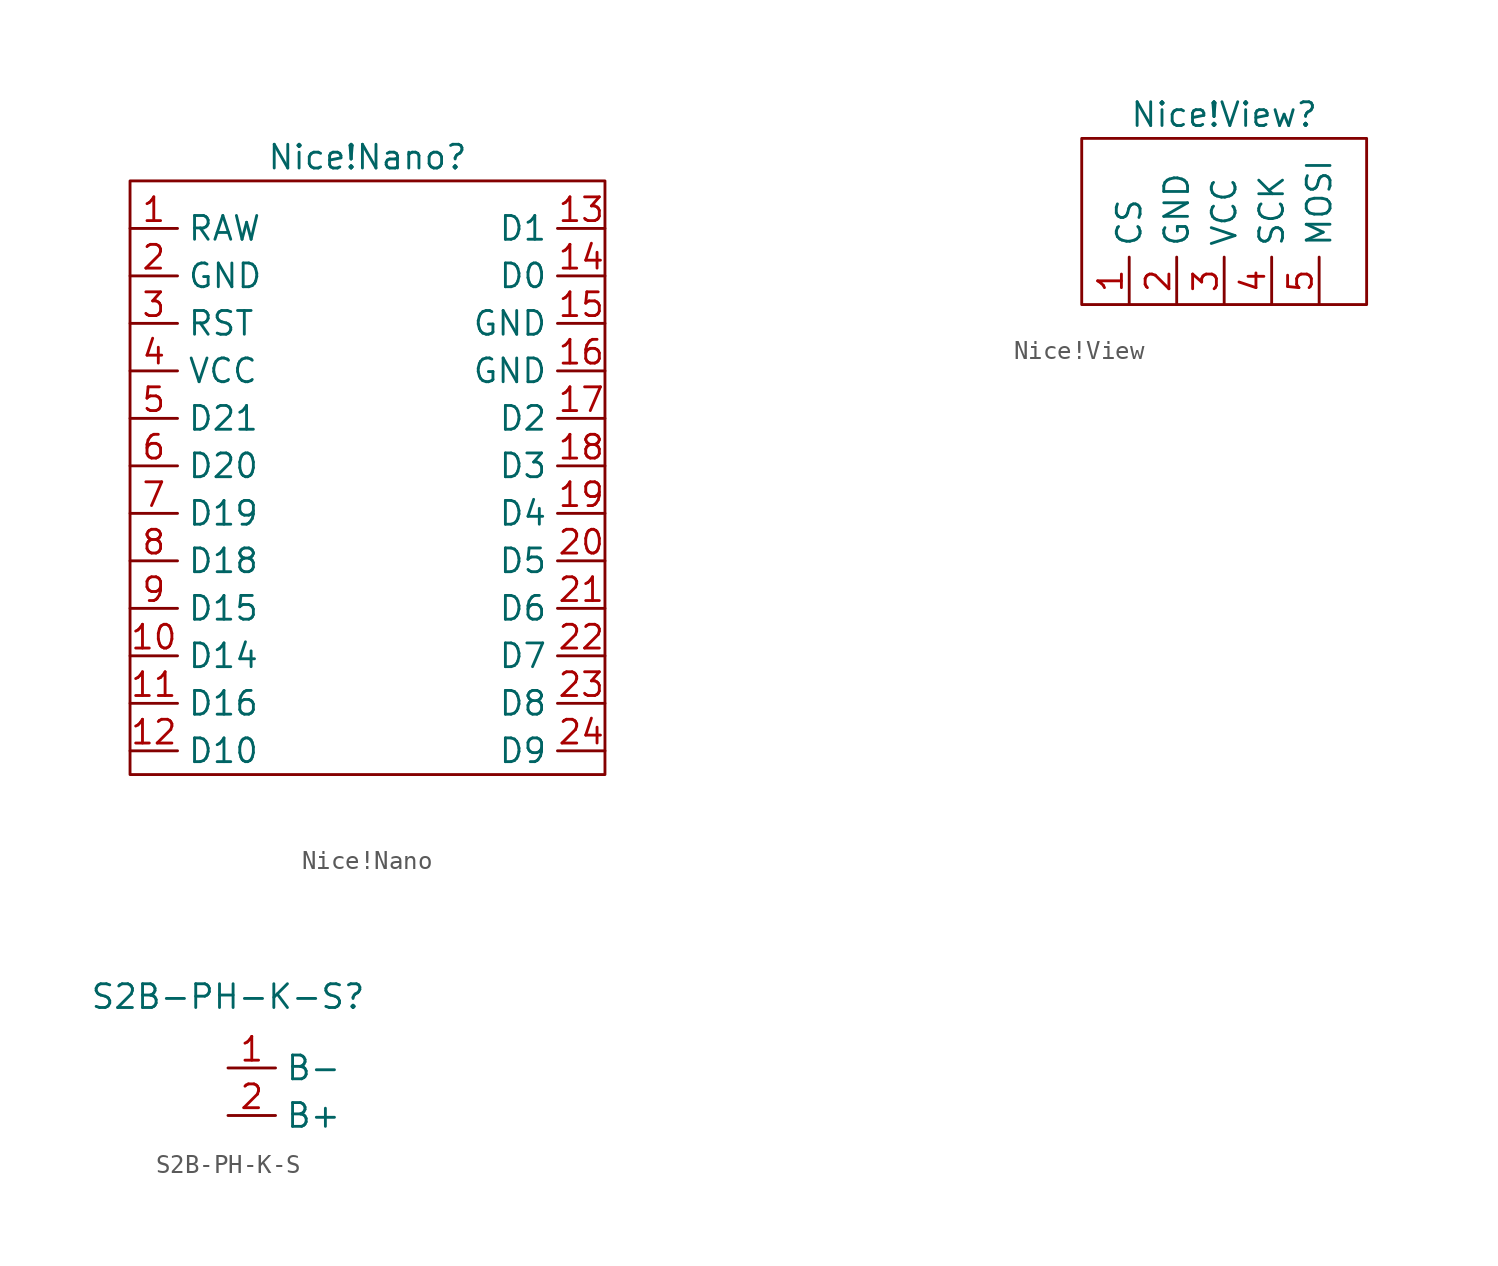
<source format=kicad_sym>
(kicad_symbol_lib
  (version 20220914)
  (generator kicad_symbol_editor)
  (symbol "Nice!Nano"
    (property "Reference" "Nice!Nano"
      (at 12.7 33.02 0)
      (effects (font (size 1.27 1.27))))
    (property "Value" ""
      (at 0 0 0)
      (effects (font (size 1.27 1.27))))
    (symbol "Nice!Nano_0_1"
      (rectangle (start 0 31.75) (end 25.4 0) (stroke (width 0) (type default)) (fill (type none))))
    (symbol "Nice!Nano_1_1"
      (pin bidirectional line (at 0 29.21 0) (length 2.54) (name "RAW" (effects (font (size 1.27 1.27)))) (number "1" (effects (font (size 1.27 1.27)))))
      (pin bidirectional line (at 0 6.35 0) (length 2.54) (name "D14" (effects (font (size 1.27 1.27)))) (number "10" (effects (font (size 1.27 1.27)))))
      (pin bidirectional line (at 0 3.81 0) (length 2.54) (name "D16" (effects (font (size 1.27 1.27)))) (number "11" (effects (font (size 1.27 1.27)))))
      (pin bidirectional line (at 0 1.27 0) (length 2.54) (name "D10" (effects (font (size 1.27 1.27)))) (number "12" (effects (font (size 1.27 1.27)))))
      (pin bidirectional line (at 25.4 29.21 180) (length 2.54) (name "D1" (effects (font (size 1.27 1.27)))) (number "13" (effects (font (size 1.27 1.27)))))
      (pin bidirectional line (at 25.4 26.67 180) (length 2.54) (name "D0" (effects (font (size 1.27 1.27)))) (number "14" (effects (font (size 1.27 1.27)))))
      (pin bidirectional line (at 25.4 24.13 180) (length 2.54) (name "GND" (effects (font (size 1.27 1.27)))) (number "15" (effects (font (size 1.27 1.27)))))
      (pin bidirectional line (at 25.4 21.59 180) (length 2.54) (name "GND" (effects (font (size 1.27 1.27)))) (number "16" (effects (font (size 1.27 1.27)))))
      (pin bidirectional line (at 25.4 19.05 180) (length 2.54) (name "D2" (effects (font (size 1.27 1.27)))) (number "17" (effects (font (size 1.27 1.27)))))
      (pin bidirectional line (at 25.4 16.51 180) (length 2.54) (name "D3" (effects (font (size 1.27 1.27)))) (number "18" (effects (font (size 1.27 1.27)))))
      (pin bidirectional line (at 25.4 13.97 180) (length 2.54) (name "D4" (effects (font (size 1.27 1.27)))) (number "19" (effects (font (size 1.27 1.27)))))
      (pin bidirectional line (at 0 26.67 0) (length 2.54) (name "GND" (effects (font (size 1.27 1.27)))) (number "2" (effects (font (size 1.27 1.27)))))
      (pin bidirectional line (at 25.4 11.43 180) (length 2.54) (name "D5" (effects (font (size 1.27 1.27)))) (number "20" (effects (font (size 1.27 1.27)))))
      (pin bidirectional line (at 25.4 8.89 180) (length 2.54) (name "D6" (effects (font (size 1.27 1.27)))) (number "21" (effects (font (size 1.27 1.27)))))
      (pin bidirectional line (at 25.4 6.35 180) (length 2.54) (name "D7" (effects (font (size 1.27 1.27)))) (number "22" (effects (font (size 1.27 1.27)))))
      (pin bidirectional line (at 25.4 3.81 180) (length 2.54) (name "D8" (effects (font (size 1.27 1.27)))) (number "23" (effects (font (size 1.27 1.27)))))
      (pin bidirectional line (at 25.4 1.27 180) (length 2.54) (name "D9" (effects (font (size 1.27 1.27)))) (number "24" (effects (font (size 1.27 1.27)))))
      (pin bidirectional line (at 0 24.13 0) (length 2.54) (name "RST" (effects (font (size 1.27 1.27)))) (number "3" (effects (font (size 1.27 1.27)))))
      (pin bidirectional line (at 0 21.59 0) (length 2.54) (name "VCC" (effects (font (size 1.27 1.27)))) (number "4" (effects (font (size 1.27 1.27)))))
      (pin bidirectional line (at 0 19.05 0) (length 2.54) (name "D21" (effects (font (size 1.27 1.27)))) (number "5" (effects (font (size 1.27 1.27)))))
      (pin bidirectional line (at 0 16.51 0) (length 2.54) (name "D20" (effects (font (size 1.27 1.27)))) (number "6" (effects (font (size 1.27 1.27)))))
      (pin bidirectional line (at 0 13.97 0) (length 2.54) (name "D19" (effects (font (size 1.27 1.27)))) (number "7" (effects (font (size 1.27 1.27)))))
      (pin bidirectional line (at 0 11.43 0) (length 2.54) (name "D18" (effects (font (size 1.27 1.27)))) (number "8" (effects (font (size 1.27 1.27)))))
      (pin bidirectional line (at 0 8.89 0) (length 2.54) (name "D15" (effects (font (size 1.27 1.27)))) (number "9" (effects (font (size 1.27 1.27)))))))
  (symbol "Nice!View"
    (property "Reference" "Nice!View"
      (at 7.62 10.16 0)
      (effects (font (size 1.27 1.27))))
    (property "Value" ""
      (at -15.24 3.81 0)
      (effects (font (size 1.27 1.27))))
    (symbol "Nice!View_0_1"
      (rectangle (start 0 8.89) (end 15.24 0) (stroke (width 0) (type default)) (fill (type none))))
    (symbol "Nice!View_1_1"
      (pin bidirectional line (at 2.54 0 90) (length 2.54) (name "CS" (effects (font (size 1.27 1.27)))) (number "1" (effects (font (size 1.27 1.27)))))
      (pin bidirectional line (at 5.08 0 90) (length 2.54) (name "GND" (effects (font (size 1.27 1.27)))) (number "2" (effects (font (size 1.27 1.27)))))
      (pin bidirectional line (at 7.62 0 90) (length 2.54) (name "VCC" (effects (font (size 1.27 1.27)))) (number "3" (effects (font (size 1.27 1.27)))))
      (pin bidirectional line (at 10.16 0 90) (length 2.54) (name "SCK" (effects (font (size 1.27 1.27)))) (number "4" (effects (font (size 1.27 1.27)))))
      (pin bidirectional line (at 12.7 0 90) (length 2.54) (name "MOSI" (effects (font (size 1.27 1.27)))) (number "5" (effects (font (size 1.27 1.27)))))))
  (symbol "S2B-PH-K-S"
    (property "Reference" "S2B-PH-K-S"
      (at 0 6.35 0)
      (effects (font (size 1.27 1.27))))
    (property "Value" ""
      (at 0 0 0)
      (effects (font (size 1.27 1.27))))
    (symbol "S2B-PH-K-S_1_1"
      (pin passive line (at 0 2.54 0) (length 2.54) (name "B-" (effects (font (size 1.27 1.27)))) (number "1" (effects (font (size 1.27 1.27)))))
      (pin passive line (at 0 0 0) (length 2.54) (name "B+" (effects (font (size 1.27 1.27)))) (number "2" (effects (font (size 1.27 1.27))))))))
</source>
